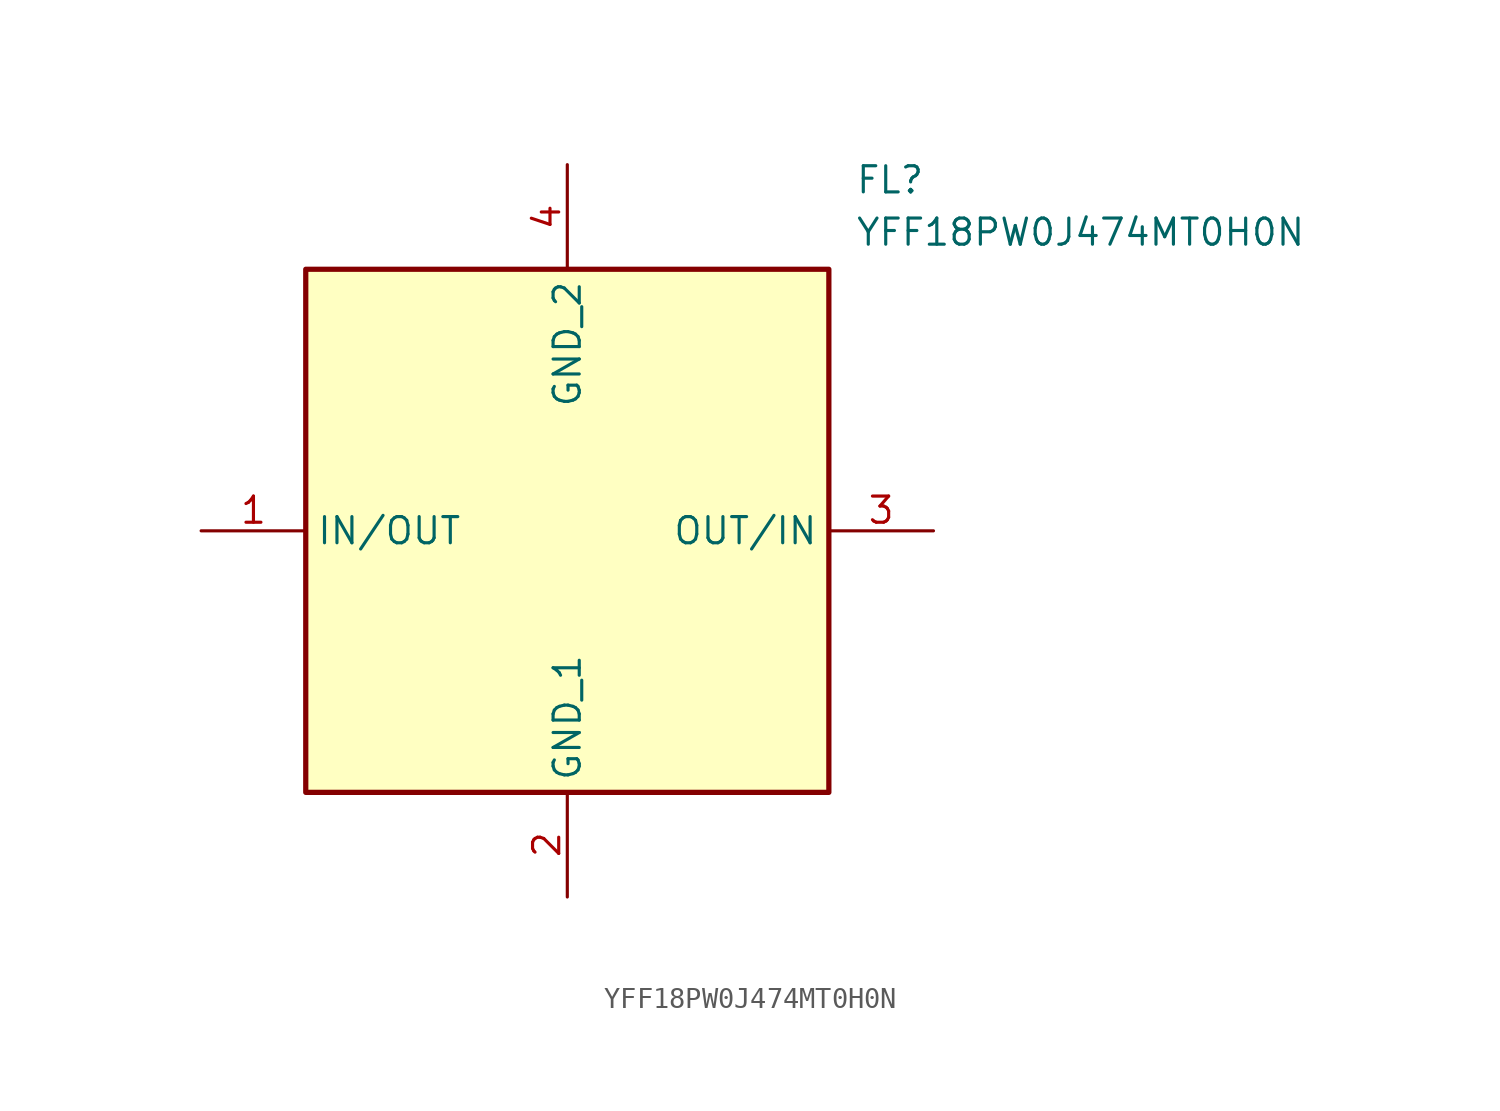
<source format=kicad_sym>
(kicad_symbol_lib
  (version 20211014)
  (generator SamacSys_ECAD_Model)
  (symbol "YFF18PW0J474MT0H0N"
    (property "Reference" "FL"
      (at 31.75 17.78 0)
      (effects (font (size 1.27 1.27)) (justify left top)))
    (property "Value" "YFF18PW0J474MT0H0N"
      (at 31.75 15.24 0)
      (effects (font (size 1.27 1.27)) (justify left top)))
    (rectangle
      (start 5.08 12.7)
      (end 30.48 -12.7)
      (stroke (width 0.254) (type default))
      (fill (type background)))
    (pin passive line
      (at 0 0 0)
      (length 5.08)
      (name "IN/OUT" (effects (font (size 1.27 1.27))))
      (number "1" (effects (font (size 1.27 1.27)))))
    (pin passive line
      (at 17.78 -17.78 90)
      (length 5.08)
      (name "GND_1" (effects (font (size 1.27 1.27))))
      (number "2" (effects (font (size 1.27 1.27)))))
    (pin passive line
      (at 35.56 0 180)
      (length 5.08)
      (name "OUT/IN" (effects (font (size 1.27 1.27))))
      (number "3" (effects (font (size 1.27 1.27)))))
    (pin passive line
      (at 17.78 17.78 270)
      (length 5.08)
      (name "GND_2" (effects (font (size 1.27 1.27))))
      (number "4" (effects (font (size 1.27 1.27)))))))
</source>
